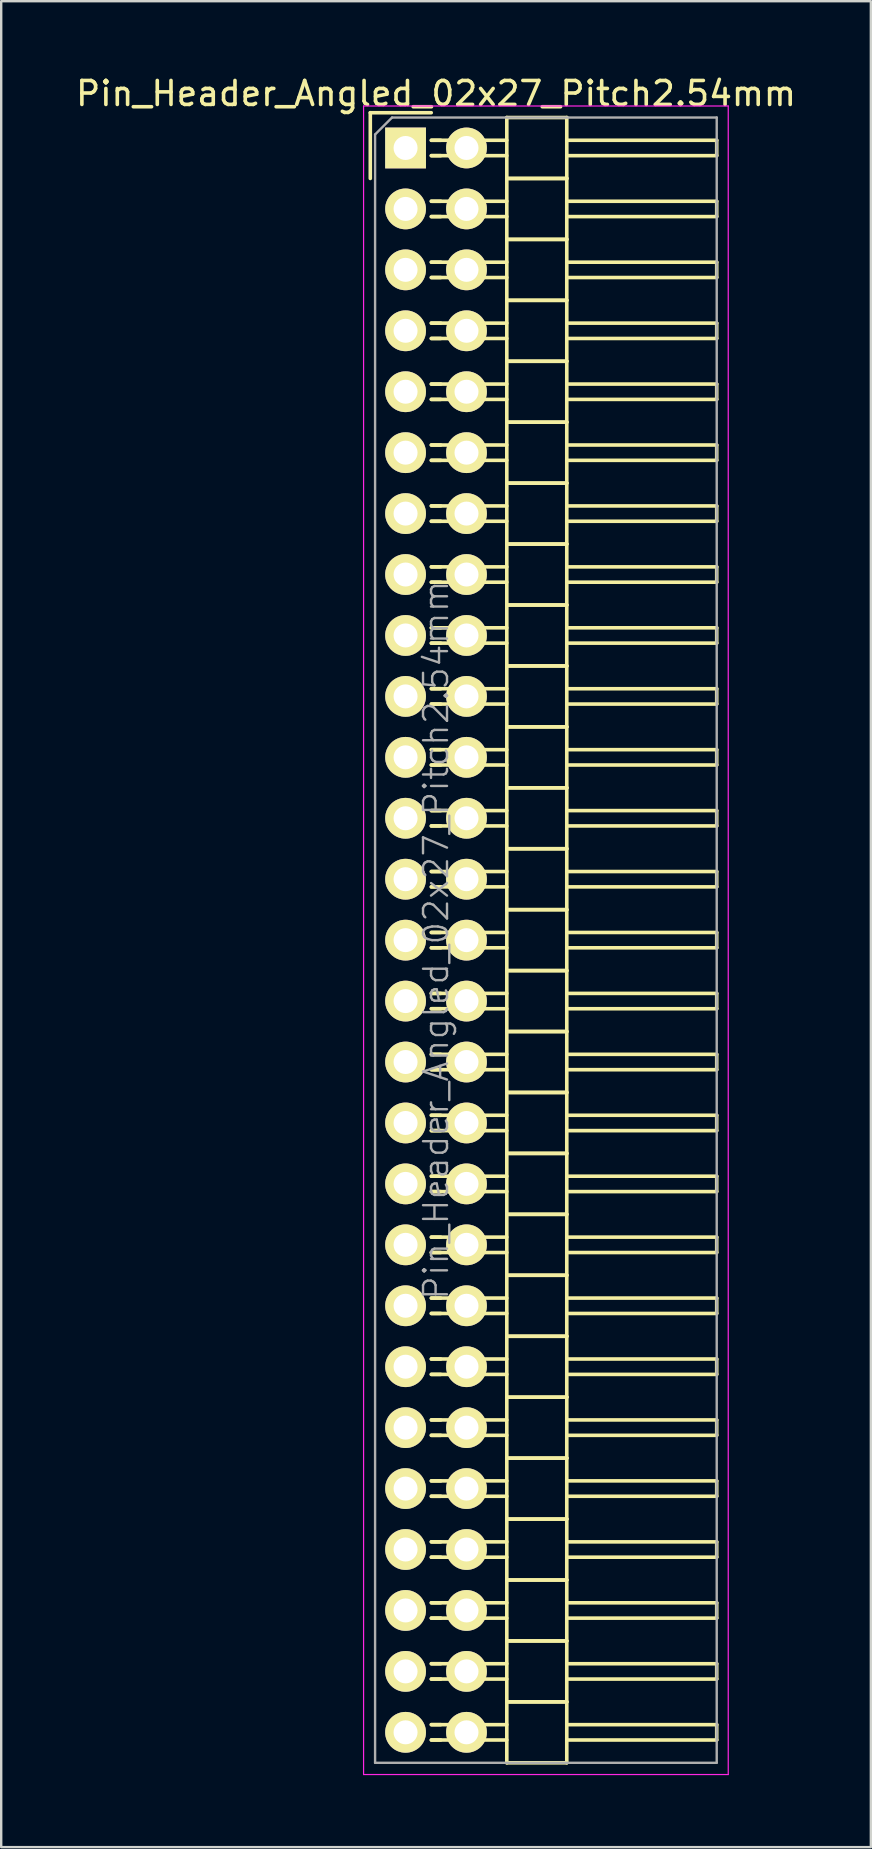
<source format=kicad_pcb>
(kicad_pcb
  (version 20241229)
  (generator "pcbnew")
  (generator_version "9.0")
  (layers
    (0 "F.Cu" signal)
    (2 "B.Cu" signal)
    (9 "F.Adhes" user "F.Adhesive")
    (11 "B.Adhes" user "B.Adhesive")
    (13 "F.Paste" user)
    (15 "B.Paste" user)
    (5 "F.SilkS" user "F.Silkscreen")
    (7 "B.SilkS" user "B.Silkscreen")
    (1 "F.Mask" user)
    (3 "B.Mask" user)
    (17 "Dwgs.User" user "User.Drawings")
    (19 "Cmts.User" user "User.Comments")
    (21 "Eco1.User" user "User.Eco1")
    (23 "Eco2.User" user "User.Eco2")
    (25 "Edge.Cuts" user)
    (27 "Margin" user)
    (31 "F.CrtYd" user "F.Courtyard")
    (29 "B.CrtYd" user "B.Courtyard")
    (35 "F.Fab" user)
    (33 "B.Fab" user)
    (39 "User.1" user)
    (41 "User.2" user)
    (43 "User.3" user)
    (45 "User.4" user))
  (footprint "Pin_Header_Angled_02x27_Pitch2.54mm"
    (layer "F.Cu")
    (at 13.855 3.118)
    (property "Reference" "Pin_Header_Angled_02x27_Pitch2.54mm" (at 1.27 -2.27 0) (layer "F.SilkS") (effects (font (size 1 1) (thickness 0.15))))
    (attr smd)
    (fp_line (start -1.47 -1.47) (end -1.47 1.27) (stroke (width 0.15) (type solid)) (layer "F.SilkS"))
    (fp_line (start -1.47 -1.47) (end 1.07 -1.47) (stroke (width 0.15) (type solid)) (layer "F.SilkS"))
    (fp_line (start 1.465 -0.32) (end 1.075 -0.32) (stroke (width 0.15) (type solid)) (layer "F.SilkS"))
    (fp_line (start 1.465 0.32) (end 1.075 0.32) (stroke (width 0.15) (type solid)) (layer "F.SilkS"))
    (fp_line (start 1.465 2.22) (end 1.075 2.22) (stroke (width 0.15) (type solid)) (layer "F.SilkS"))
    (fp_line (start 1.465 2.86) (end 1.075 2.86) (stroke (width 0.15) (type solid)) (layer "F.SilkS"))
    (fp_line (start 1.465 4.76) (end 1.075 4.76) (stroke (width 0.15) (type solid)) (layer "F.SilkS"))
    (fp_line (start 1.465 5.4) (end 1.075 5.4) (stroke (width 0.15) (type solid)) (layer "F.SilkS"))
    (fp_line (start 1.465 7.3) (end 1.075 7.3) (stroke (width 0.15) (type solid)) (layer "F.SilkS"))
    (fp_line (start 1.465 7.94) (end 1.075 7.94) (stroke (width 0.15) (type solid)) (layer "F.SilkS"))
    (fp_line (start 1.465 9.84) (end 1.075 9.84) (stroke (width 0.15) (type solid)) (layer "F.SilkS"))
    (fp_line (start 1.465 10.48) (end 1.075 10.48) (stroke (width 0.15) (type solid)) (layer "F.SilkS"))
    (fp_line (start 1.465 12.38) (end 1.075 12.38) (stroke (width 0.15) (type solid)) (layer "F.SilkS"))
    (fp_line (start 1.465 13.02) (end 1.075 13.02) (stroke (width 0.15) (type solid)) (layer "F.SilkS"))
    (fp_line (start 1.465 14.92) (end 1.075 14.92) (stroke (width 0.15) (type solid)) (layer "F.SilkS"))
    (fp_line (start 1.465 15.56) (end 1.075 15.56) (stroke (width 0.15) (type solid)) (layer "F.SilkS"))
    (fp_line (start 1.465 17.46) (end 1.075 17.46) (stroke (width 0.15) (type solid)) (layer "F.SilkS"))
    (fp_line (start 1.465 18.1) (end 1.075 18.1) (stroke (width 0.15) (type solid)) (layer "F.SilkS"))
    (fp_line (start 1.465 20) (end 1.075 20) (stroke (width 0.15) (type solid)) (layer "F.SilkS"))
    (fp_line (start 1.465 20.64) (end 1.075 20.64) (stroke (width 0.15) (type solid)) (layer "F.SilkS"))
    (fp_line (start 1.465 22.54) (end 1.075 22.54) (stroke (width 0.15) (type solid)) (layer "F.SilkS"))
    (fp_line (start 1.465 23.18) (end 1.075 23.18) (stroke (width 0.15) (type solid)) (layer "F.SilkS"))
    (fp_line (start 1.465 25.08) (end 1.075 25.08) (stroke (width 0.15) (type solid)) (layer "F.SilkS"))
    (fp_line (start 1.465 25.72) (end 1.075 25.72) (stroke (width 0.15) (type solid)) (layer "F.SilkS"))
    (fp_line (start 1.465 27.62) (end 1.075 27.62) (stroke (width 0.15) (type solid)) (layer "F.SilkS"))
    (fp_line (start 1.465 28.26) (end 1.075 28.26) (stroke (width 0.15) (type solid)) (layer "F.SilkS"))
    (fp_line (start 1.465 30.16) (end 1.075 30.16) (stroke (width 0.15) (type solid)) (layer "F.SilkS"))
    (fp_line (start 1.465 30.8) (end 1.075 30.8) (stroke (width 0.15) (type solid)) (layer "F.SilkS"))
    (fp_line (start 1.465 32.7) (end 1.075 32.7) (stroke (width 0.15) (type solid)) (layer "F.SilkS"))
    (fp_line (start 1.465 33.34) (end 1.075 33.34) (stroke (width 0.15) (type solid)) (layer "F.SilkS"))
    (fp_line (start 1.465 35.24) (end 1.075 35.24) (stroke (width 0.15) (type solid)) (layer "F.SilkS"))
    (fp_line (start 1.465 35.88) (end 1.075 35.88) (stroke (width 0.15) (type solid)) (layer "F.SilkS"))
    (fp_line (start 1.465 37.78) (end 1.075 37.78) (stroke (width 0.15) (type solid)) (layer "F.SilkS"))
    (fp_line (start 1.465 38.42) (end 1.075 38.42) (stroke (width 0.15) (type solid)) (layer "F.SilkS"))
    (fp_line (start 1.465 40.32) (end 1.075 40.32) (stroke (width 0.15) (type solid)) (layer "F.SilkS"))
    (fp_line (start 1.465 40.96) (end 1.075 40.96) (stroke (width 0.15) (type solid)) (layer "F.SilkS"))
    (fp_line (start 1.465 42.86) (end 1.075 42.86) (stroke (width 0.15) (type solid)) (layer "F.SilkS"))
    (fp_line (start 1.465 43.5) (end 1.075 43.5) (stroke (width 0.15) (type solid)) (layer "F.SilkS"))
    (fp_line (start 1.465 45.4) (end 1.075 45.4) (stroke (width 0.15) (type solid)) (layer "F.SilkS"))
    (fp_line (start 1.465 46.04) (end 1.075 46.04) (stroke (width 0.15) (type solid)) (layer "F.SilkS"))
    (fp_line (start 1.465 47.94) (end 1.075 47.94) (stroke (width 0.15) (type solid)) (layer "F.SilkS"))
    (fp_line (start 1.465 48.58) (end 1.075 48.58) (stroke (width 0.15) (type solid)) (layer "F.SilkS"))
    (fp_line (start 1.465 50.48) (end 1.075 50.48) (stroke (width 0.15) (type solid)) (layer "F.SilkS"))
    (fp_line (start 1.465 51.12) (end 1.075 51.12) (stroke (width 0.15) (type solid)) (layer "F.SilkS"))
    (fp_line (start 1.465 53.02) (end 1.075 53.02) (stroke (width 0.15) (type solid)) (layer "F.SilkS"))
    (fp_line (start 1.465 53.66) (end 1.075 53.66) (stroke (width 0.15) (type solid)) (layer "F.SilkS"))
    (fp_line (start 1.465 55.56) (end 1.075 55.56) (stroke (width 0.15) (type solid)) (layer "F.SilkS"))
    (fp_line (start 1.465 56.2) (end 1.075 56.2) (stroke (width 0.15) (type solid)) (layer "F.SilkS"))
    (fp_line (start 1.465 58.1) (end 1.075 58.1) (stroke (width 0.15) (type solid)) (layer "F.SilkS"))
    (fp_line (start 1.465 58.74) (end 1.075 58.74) (stroke (width 0.15) (type solid)) (layer "F.SilkS"))
    (fp_line (start 1.465 60.64) (end 1.075 60.64) (stroke (width 0.15) (type solid)) (layer "F.SilkS"))
    (fp_line (start 1.465 61.28) (end 1.075 61.28) (stroke (width 0.15) (type solid)) (layer "F.SilkS"))
    (fp_line (start 1.465 63.18) (end 1.075 63.18) (stroke (width 0.15) (type solid)) (layer "F.SilkS"))
    (fp_line (start 1.465 63.82) (end 1.075 63.82) (stroke (width 0.15) (type solid)) (layer "F.SilkS"))
    (fp_line (start 1.465 65.72) (end 1.075 65.72) (stroke (width 0.15) (type solid)) (layer "F.SilkS"))
    (fp_line (start 1.465 66.36) (end 1.075 66.36) (stroke (width 0.15) (type solid)) (layer "F.SilkS"))
    (fp_line (start 4.22 -0.32) (end 1.075 -0.32) (stroke (width 0.15) (type solid)) (layer "F.SilkS"))
    (fp_line (start 4.22 0.32) (end 1.075 0.32) (stroke (width 0.15) (type solid)) (layer "F.SilkS"))
    (fp_line (start 4.22 1.27) (end 4.22 -1.27) (stroke (width 0.15) (type solid)) (layer "F.SilkS"))
    (fp_line (start 4.22 2.22) (end 1.075 2.22) (stroke (width 0.15) (type solid)) (layer "F.SilkS"))
    (fp_line (start 4.22 2.86) (end 1.075 2.86) (stroke (width 0.15) (type solid)) (layer "F.SilkS"))
    (fp_line (start 4.22 3.81) (end 4.22 1.27) (stroke (width 0.15) (type solid)) (layer "F.SilkS"))
    (fp_line (start 4.22 4.76) (end 1.075 4.76) (stroke (width 0.15) (type solid)) (layer "F.SilkS"))
    (fp_line (start 4.22 5.4) (end 1.075 5.4) (stroke (width 0.15) (type solid)) (layer "F.SilkS"))
    (fp_line (start 4.22 6.35) (end 4.22 3.81) (stroke (width 0.15) (type solid)) (layer "F.SilkS"))
    (fp_line (start 4.22 7.3) (end 1.075 7.3) (stroke (width 0.15) (type solid)) (layer "F.SilkS"))
    (fp_line (start 4.22 7.94) (end 1.075 7.94) (stroke (width 0.15) (type solid)) (layer "F.SilkS"))
    (fp_line (start 4.22 8.89) (end 4.22 6.35) (stroke (width 0.15) (type solid)) (layer "F.SilkS"))
    (fp_line (start 4.22 9.84) (end 1.075 9.84) (stroke (width 0.15) (type solid)) (layer "F.SilkS"))
    (fp_line (start 4.22 10.48) (end 1.075 10.48) (stroke (width 0.15) (type solid)) (layer "F.SilkS"))
    (fp_line (start 4.22 11.43) (end 4.22 8.89) (stroke (width 0.15) (type solid)) (layer "F.SilkS"))
    (fp_line (start 4.22 12.38) (end 1.075 12.38) (stroke (width 0.15) (type solid)) (layer "F.SilkS"))
    (fp_line (start 4.22 13.02) (end 1.075 13.02) (stroke (width 0.15) (type solid)) (layer "F.SilkS"))
    (fp_line (start 4.22 13.97) (end 4.22 11.43) (stroke (width 0.15) (type solid)) (layer "F.SilkS"))
    (fp_line (start 4.22 14.92) (end 1.075 14.92) (stroke (width 0.15) (type solid)) (layer "F.SilkS"))
    (fp_line (start 4.22 15.56) (end 1.075 15.56) (stroke (width 0.15) (type solid)) (layer "F.SilkS"))
    (fp_line (start 4.22 16.51) (end 4.22 13.97) (stroke (width 0.15) (type solid)) (layer "F.SilkS"))
    (fp_line (start 4.22 17.46) (end 1.075 17.46) (stroke (width 0.15) (type solid)) (layer "F.SilkS"))
    (fp_line (start 4.22 18.1) (end 1.075 18.1) (stroke (width 0.15) (type solid)) (layer "F.SilkS"))
    (fp_line (start 4.22 19.05) (end 4.22 16.51) (stroke (width 0.15) (type solid)) (layer "F.SilkS"))
    (fp_line (start 4.22 20) (end 1.075 20) (stroke (width 0.15) (type solid)) (layer "F.SilkS"))
    (fp_line (start 4.22 20.64) (end 1.075 20.64) (stroke (width 0.15) (type solid)) (layer "F.SilkS"))
    (fp_line (start 4.22 21.59) (end 4.22 19.05) (stroke (width 0.15) (type solid)) (layer "F.SilkS"))
    (fp_line (start 4.22 22.54) (end 1.075 22.54) (stroke (width 0.15) (type solid)) (layer "F.SilkS"))
    (fp_line (start 4.22 23.18) (end 1.075 23.18) (stroke (width 0.15) (type solid)) (layer "F.SilkS"))
    (fp_line (start 4.22 24.13) (end 4.22 21.59) (stroke (width 0.15) (type solid)) (layer "F.SilkS"))
    (fp_line (start 4.22 25.08) (end 1.075 25.08) (stroke (width 0.15) (type solid)) (layer "F.SilkS"))
    (fp_line (start 4.22 25.72) (end 1.075 25.72) (stroke (width 0.15) (type solid)) (layer "F.SilkS"))
    (fp_line (start 4.22 26.67) (end 4.22 24.13) (stroke (width 0.15) (type solid)) (layer "F.SilkS"))
    (fp_line (start 4.22 27.62) (end 1.075 27.62) (stroke (width 0.15) (type solid)) (layer "F.SilkS"))
    (fp_line (start 4.22 28.26) (end 1.075 28.26) (stroke (width 0.15) (type solid)) (layer "F.SilkS"))
    (fp_line (start 4.22 29.21) (end 4.22 26.67) (stroke (width 0.15) (type solid)) (layer "F.SilkS"))
    (fp_line (start 4.22 30.16) (end 1.075 30.16) (stroke (width 0.15) (type solid)) (layer "F.SilkS"))
    (fp_line (start 4.22 30.8) (end 1.075 30.8) (stroke (width 0.15) (type solid)) (layer "F.SilkS"))
    (fp_line (start 4.22 31.75) (end 4.22 29.21) (stroke (width 0.15) (type solid)) (layer "F.SilkS"))
    (fp_line (start 4.22 32.7) (end 1.075 32.7) (stroke (width 0.15) (type solid)) (layer "F.SilkS"))
    (fp_line (start 4.22 33.34) (end 1.075 33.34) (stroke (width 0.15) (type solid)) (layer "F.SilkS"))
    (fp_line (start 4.22 34.29) (end 4.22 31.75) (stroke (width 0.15) (type solid)) (layer "F.SilkS"))
    (fp_line (start 4.22 35.24) (end 1.075 35.24) (stroke (width 0.15) (type solid)) (layer "F.SilkS"))
    (fp_line (start 4.22 35.88) (end 1.075 35.88) (stroke (width 0.15) (type solid)) (layer "F.SilkS"))
    (fp_line (start 4.22 36.83) (end 4.22 34.29) (stroke (width 0.15) (type solid)) (layer "F.SilkS"))
    (fp_line (start 4.22 37.78) (end 1.075 37.78) (stroke (width 0.15) (type solid)) (layer "F.SilkS"))
    (fp_line (start 4.22 38.42) (end 1.075 38.42) (stroke (width 0.15) (type solid)) (layer "F.SilkS"))
    (fp_line (start 4.22 39.37) (end 4.22 36.83) (stroke (width 0.15) (type solid)) (layer "F.SilkS"))
    (fp_line (start 4.22 40.32) (end 1.075 40.32) (stroke (width 0.15) (type solid)) (layer "F.SilkS"))
    (fp_line (start 4.22 40.96) (end 1.075 40.96) (stroke (width 0.15) (type solid)) (layer "F.SilkS"))
    (fp_line (start 4.22 41.91) (end 4.22 39.37) (stroke (width 0.15) (type solid)) (layer "F.SilkS"))
    (fp_line (start 4.22 42.86) (end 1.075 42.86) (stroke (width 0.15) (type solid)) (layer "F.SilkS"))
    (fp_line (start 4.22 43.5) (end 1.075 43.5) (stroke (width 0.15) (type solid)) (layer "F.SilkS"))
    (fp_line (start 4.22 44.45) (end 4.22 41.91) (stroke (width 0.15) (type solid)) (layer "F.SilkS"))
    (fp_line (start 4.22 45.4) (end 1.075 45.4) (stroke (width 0.15) (type solid)) (layer "F.SilkS"))
    (fp_line (start 4.22 46.04) (end 1.075 46.04) (stroke (width 0.15) (type solid)) (layer "F.SilkS"))
    (fp_line (start 4.22 46.99) (end 4.22 44.45) (stroke (width 0.15) (type solid)) (layer "F.SilkS"))
    (fp_line (start 4.22 47.94) (end 1.075 47.94) (stroke (width 0.15) (type solid)) (layer "F.SilkS"))
    (fp_line (start 4.22 48.58) (end 1.075 48.58) (stroke (width 0.15) (type solid)) (layer "F.SilkS"))
    (fp_line (start 4.22 49.53) (end 4.22 46.99) (stroke (width 0.15) (type solid)) (layer "F.SilkS"))
    (fp_line (start 4.22 50.48) (end 1.075 50.48) (stroke (width 0.15) (type solid)) (layer "F.SilkS"))
    (fp_line (start 4.22 51.12) (end 1.075 51.12) (stroke (width 0.15) (type solid)) (layer "F.SilkS"))
    (fp_line (start 4.22 52.07) (end 4.22 49.53) (stroke (width 0.15) (type solid)) (layer "F.SilkS"))
    (fp_line (start 4.22 53.02) (end 1.075 53.02) (stroke (width 0.15) (type solid)) (layer "F.SilkS"))
    (fp_line (start 4.22 53.66) (end 1.075 53.66) (stroke (width 0.15) (type solid)) (layer "F.SilkS"))
    (fp_line (start 4.22 54.61) (end 4.22 52.07) (stroke (width 0.15) (type solid)) (layer "F.SilkS"))
    (fp_line (start 4.22 55.56) (end 1.075 55.56) (stroke (width 0.15) (type solid)) (layer "F.SilkS"))
    (fp_line (start 4.22 56.2) (end 1.075 56.2) (stroke (width 0.15) (type solid)) (layer "F.SilkS"))
    (fp_line (start 4.22 57.15) (end 4.22 54.61) (stroke (width 0.15) (type solid)) (layer "F.SilkS"))
    (fp_line (start 4.22 58.1) (end 1.075 58.1) (stroke (width 0.15) (type solid)) (layer "F.SilkS"))
    (fp_line (start 4.22 58.74) (end 1.075 58.74) (stroke (width 0.15) (type solid)) (layer "F.SilkS"))
    (fp_line (start 4.22 59.69) (end 4.22 57.15) (stroke (width 0.15) (type solid)) (layer "F.SilkS"))
    (fp_line (start 4.22 60.64) (end 1.075 60.64) (stroke (width 0.15) (type solid)) (layer "F.SilkS"))
    (fp_line (start 4.22 61.28) (end 1.075 61.28) (stroke (width 0.15) (type solid)) (layer "F.SilkS"))
    (fp_line (start 4.22 62.23) (end 4.22 59.69) (stroke (width 0.15) (type solid)) (layer "F.SilkS"))
    (fp_line (start 4.22 63.18) (end 1.075 63.18) (stroke (width 0.15) (type solid)) (layer "F.SilkS"))
    (fp_line (start 4.22 63.82) (end 1.075 63.82) (stroke (width 0.15) (type solid)) (layer "F.SilkS"))
    (fp_line (start 4.22 64.77) (end 4.22 62.23) (stroke (width 0.15) (type solid)) (layer "F.SilkS"))
    (fp_line (start 4.22 65.72) (end 1.075 65.72) (stroke (width 0.15) (type solid)) (layer "F.SilkS"))
    (fp_line (start 4.22 66.36) (end 1.075 66.36) (stroke (width 0.15) (type solid)) (layer "F.SilkS"))
    (fp_line (start 4.22 67.31) (end 4.22 64.77) (stroke (width 0.15) (type solid)) (layer "F.SilkS"))
    (fp_line (start 6.72 -1.27) (end 4.22 -1.27) (stroke (width 0.15) (type solid)) (layer "F.SilkS"))
    (fp_line (start 6.72 -0.32) (end 12.97 -0.32) (stroke (width 0.15) (type solid)) (layer "F.SilkS"))
    (fp_line (start 6.72 0.32) (end 12.97 0.32) (stroke (width 0.15) (type solid)) (layer "F.SilkS"))
    (fp_line (start 6.72 1.27) (end 4.22 1.27) (stroke (width 0.15) (type solid)) (layer "F.SilkS"))
    (fp_line (start 6.72 1.27) (end 4.22 1.27) (stroke (width 0.15) (type solid)) (layer "F.SilkS"))
    (fp_line (start 6.72 1.27) (end 6.72 -1.27) (stroke (width 0.15) (type solid)) (layer "F.SilkS"))
    (fp_line (start 6.72 2.22) (end 12.97 2.22) (stroke (width 0.15) (type solid)) (layer "F.SilkS"))
    (fp_line (start 6.72 2.86) (end 12.97 2.86) (stroke (width 0.15) (type solid)) (layer "F.SilkS"))
    (fp_line (start 6.72 3.81) (end 4.22 3.81) (stroke (width 0.15) (type solid)) (layer "F.SilkS"))
    (fp_line (start 6.72 3.81) (end 4.22 3.81) (stroke (width 0.15) (type solid)) (layer "F.SilkS"))
    (fp_line (start 6.72 3.81) (end 6.72 1.27) (stroke (width 0.15) (type solid)) (layer "F.SilkS"))
    (fp_line (start 6.72 4.76) (end 12.97 4.76) (stroke (width 0.15) (type solid)) (layer "F.SilkS"))
    (fp_line (start 6.72 5.4) (end 12.97 5.4) (stroke (width 0.15) (type solid)) (layer "F.SilkS"))
    (fp_line (start 6.72 6.35) (end 4.22 6.35) (stroke (width 0.15) (type solid)) (layer "F.SilkS"))
    (fp_line (start 6.72 6.35) (end 4.22 6.35) (stroke (width 0.15) (type solid)) (layer "F.SilkS"))
    (fp_line (start 6.72 6.35) (end 6.72 3.81) (stroke (width 0.15) (type solid)) (layer "F.SilkS"))
    (fp_line (start 6.72 7.3) (end 12.97 7.3) (stroke (width 0.15) (type solid)) (layer "F.SilkS"))
    (fp_line (start 6.72 7.94) (end 12.97 7.94) (stroke (width 0.15) (type solid)) (layer "F.SilkS"))
    (fp_line (start 6.72 8.89) (end 4.22 8.89) (stroke (width 0.15) (type solid)) (layer "F.SilkS"))
    (fp_line (start 6.72 8.89) (end 4.22 8.89) (stroke (width 0.15) (type solid)) (layer "F.SilkS"))
    (fp_line (start 6.72 8.89) (end 6.72 6.35) (stroke (width 0.15) (type solid)) (layer "F.SilkS"))
    (fp_line (start 6.72 9.84) (end 12.97 9.84) (stroke (width 0.15) (type solid)) (layer "F.SilkS"))
    (fp_line (start 6.72 10.48) (end 12.97 10.48) (stroke (width 0.15) (type solid)) (layer "F.SilkS"))
    (fp_line (start 6.72 11.43) (end 4.22 11.43) (stroke (width 0.15) (type solid)) (layer "F.SilkS"))
    (fp_line (start 6.72 11.43) (end 4.22 11.43) (stroke (width 0.15) (type solid)) (layer "F.SilkS"))
    (fp_line (start 6.72 11.43) (end 6.72 8.89) (stroke (width 0.15) (type solid)) (layer "F.SilkS"))
    (fp_line (start 6.72 12.38) (end 12.97 12.38) (stroke (width 0.15) (type solid)) (layer "F.SilkS"))
    (fp_line (start 6.72 13.02) (end 12.97 13.02) (stroke (width 0.15) (type solid)) (layer "F.SilkS"))
    (fp_line (start 6.72 13.97) (end 4.22 13.97) (stroke (width 0.15) (type solid)) (layer "F.SilkS"))
    (fp_line (start 6.72 13.97) (end 4.22 13.97) (stroke (width 0.15) (type solid)) (layer "F.SilkS"))
    (fp_line (start 6.72 13.97) (end 6.72 11.43) (stroke (width 0.15) (type solid)) (layer "F.SilkS"))
    (fp_line (start 6.72 14.92) (end 12.97 14.92) (stroke (width 0.15) (type solid)) (layer "F.SilkS"))
    (fp_line (start 6.72 15.56) (end 12.97 15.56) (stroke (width 0.15) (type solid)) (layer "F.SilkS"))
    (fp_line (start 6.72 16.51) (end 4.22 16.51) (stroke (width 0.15) (type solid)) (layer "F.SilkS"))
    (fp_line (start 6.72 16.51) (end 4.22 16.51) (stroke (width 0.15) (type solid)) (layer "F.SilkS"))
    (fp_line (start 6.72 16.51) (end 6.72 13.97) (stroke (width 0.15) (type solid)) (layer "F.SilkS"))
    (fp_line (start 6.72 17.46) (end 12.97 17.46) (stroke (width 0.15) (type solid)) (layer "F.SilkS"))
    (fp_line (start 6.72 18.1) (end 12.97 18.1) (stroke (width 0.15) (type solid)) (layer "F.SilkS"))
    (fp_line (start 6.72 19.05) (end 4.22 19.05) (stroke (width 0.15) (type solid)) (layer "F.SilkS"))
    (fp_line (start 6.72 19.05) (end 4.22 19.05) (stroke (width 0.15) (type solid)) (layer "F.SilkS"))
    (fp_line (start 6.72 19.05) (end 6.72 16.51) (stroke (width 0.15) (type solid)) (layer "F.SilkS"))
    (fp_line (start 6.72 20) (end 12.97 20) (stroke (width 0.15) (type solid)) (layer "F.SilkS"))
    (fp_line (start 6.72 20.64) (end 12.97 20.64) (stroke (width 0.15) (type solid)) (layer "F.SilkS"))
    (fp_line (start 6.72 21.59) (end 4.22 21.59) (stroke (width 0.15) (type solid)) (layer "F.SilkS"))
    (fp_line (start 6.72 21.59) (end 4.22 21.59) (stroke (width 0.15) (type solid)) (layer "F.SilkS"))
    (fp_line (start 6.72 21.59) (end 6.72 19.05) (stroke (width 0.15) (type solid)) (layer "F.SilkS"))
    (fp_line (start 6.72 22.54) (end 12.97 22.54) (stroke (width 0.15) (type solid)) (layer "F.SilkS"))
    (fp_line (start 6.72 23.18) (end 12.97 23.18) (stroke (width 0.15) (type solid)) (layer "F.SilkS"))
    (fp_line (start 6.72 24.13) (end 4.22 24.13) (stroke (width 0.15) (type solid)) (layer "F.SilkS"))
    (fp_line (start 6.72 24.13) (end 4.22 24.13) (stroke (width 0.15) (type solid)) (layer "F.SilkS"))
    (fp_line (start 6.72 24.13) (end 6.72 21.59) (stroke (width 0.15) (type solid)) (layer "F.SilkS"))
    (fp_line (start 6.72 25.08) (end 12.97 25.08) (stroke (width 0.15) (type solid)) (layer "F.SilkS"))
    (fp_line (start 6.72 25.72) (end 12.97 25.72) (stroke (width 0.15) (type solid)) (layer "F.SilkS"))
    (fp_line (start 6.72 26.67) (end 4.22 26.67) (stroke (width 0.15) (type solid)) (layer "F.SilkS"))
    (fp_line (start 6.72 26.67) (end 4.22 26.67) (stroke (width 0.15) (type solid)) (layer "F.SilkS"))
    (fp_line (start 6.72 26.67) (end 6.72 24.13) (stroke (width 0.15) (type solid)) (layer "F.SilkS"))
    (fp_line (start 6.72 27.62) (end 12.97 27.62) (stroke (width 0.15) (type solid)) (layer "F.SilkS"))
    (fp_line (start 6.72 28.26) (end 12.97 28.26) (stroke (width 0.15) (type solid)) (layer "F.SilkS"))
    (fp_line (start 6.72 29.21) (end 4.22 29.21) (stroke (width 0.15) (type solid)) (layer "F.SilkS"))
    (fp_line (start 6.72 29.21) (end 4.22 29.21) (stroke (width 0.15) (type solid)) (layer "F.SilkS"))
    (fp_line (start 6.72 29.21) (end 6.72 26.67) (stroke (width 0.15) (type solid)) (layer "F.SilkS"))
    (fp_line (start 6.72 30.16) (end 12.97 30.16) (stroke (width 0.15) (type solid)) (layer "F.SilkS"))
    (fp_line (start 6.72 30.8) (end 12.97 30.8) (stroke (width 0.15) (type solid)) (layer "F.SilkS"))
    (fp_line (start 6.72 31.75) (end 4.22 31.75) (stroke (width 0.15) (type solid)) (layer "F.SilkS"))
    (fp_line (start 6.72 31.75) (end 4.22 31.75) (stroke (width 0.15) (type solid)) (layer "F.SilkS"))
    (fp_line (start 6.72 31.75) (end 6.72 29.21) (stroke (width 0.15) (type solid)) (layer "F.SilkS"))
    (fp_line (start 6.72 32.7) (end 12.97 32.7) (stroke (width 0.15) (type solid)) (layer "F.SilkS"))
    (fp_line (start 6.72 33.34) (end 12.97 33.34) (stroke (width 0.15) (type solid)) (layer "F.SilkS"))
    (fp_line (start 6.72 34.29) (end 4.22 34.29) (stroke (width 0.15) (type solid)) (layer "F.SilkS"))
    (fp_line (start 6.72 34.29) (end 4.22 34.29) (stroke (width 0.15) (type solid)) (layer "F.SilkS"))
    (fp_line (start 6.72 34.29) (end 6.72 31.75) (stroke (width 0.15) (type solid)) (layer "F.SilkS"))
    (fp_line (start 6.72 35.24) (end 12.97 35.24) (stroke (width 0.15) (type solid)) (layer "F.SilkS"))
    (fp_line (start 6.72 35.88) (end 12.97 35.88) (stroke (width 0.15) (type solid)) (layer "F.SilkS"))
    (fp_line (start 6.72 36.83) (end 4.22 36.83) (stroke (width 0.15) (type solid)) (layer "F.SilkS"))
    (fp_line (start 6.72 36.83) (end 4.22 36.83) (stroke (width 0.15) (type solid)) (layer "F.SilkS"))
    (fp_line (start 6.72 36.83) (end 6.72 34.29) (stroke (width 0.15) (type solid)) (layer "F.SilkS"))
    (fp_line (start 6.72 37.78) (end 12.97 37.78) (stroke (width 0.15) (type solid)) (layer "F.SilkS"))
    (fp_line (start 6.72 38.42) (end 12.97 38.42) (stroke (width 0.15) (type solid)) (layer "F.SilkS"))
    (fp_line (start 6.72 39.37) (end 4.22 39.37) (stroke (width 0.15) (type solid)) (layer "F.SilkS"))
    (fp_line (start 6.72 39.37) (end 4.22 39.37) (stroke (width 0.15) (type solid)) (layer "F.SilkS"))
    (fp_line (start 6.72 39.37) (end 6.72 36.83) (stroke (width 0.15) (type solid)) (layer "F.SilkS"))
    (fp_line (start 6.72 40.32) (end 12.97 40.32) (stroke (width 0.15) (type solid)) (layer "F.SilkS"))
    (fp_line (start 6.72 40.96) (end 12.97 40.96) (stroke (width 0.15) (type solid)) (layer "F.SilkS"))
    (fp_line (start 6.72 41.91) (end 4.22 41.91) (stroke (width 0.15) (type solid)) (layer "F.SilkS"))
    (fp_line (start 6.72 41.91) (end 4.22 41.91) (stroke (width 0.15) (type solid)) (layer "F.SilkS"))
    (fp_line (start 6.72 41.91) (end 6.72 39.37) (stroke (width 0.15) (type solid)) (layer "F.SilkS"))
    (fp_line (start 6.72 42.86) (end 12.97 42.86) (stroke (width 0.15) (type solid)) (layer "F.SilkS"))
    (fp_line (start 6.72 43.5) (end 12.97 43.5) (stroke (width 0.15) (type solid)) (layer "F.SilkS"))
    (fp_line (start 6.72 44.45) (end 4.22 44.45) (stroke (width 0.15) (type solid)) (layer "F.SilkS"))
    (fp_line (start 6.72 44.45) (end 4.22 44.45) (stroke (width 0.15) (type solid)) (layer "F.SilkS"))
    (fp_line (start 6.72 44.45) (end 6.72 41.91) (stroke (width 0.15) (type solid)) (layer "F.SilkS"))
    (fp_line (start 6.72 45.4) (end 12.97 45.4) (stroke (width 0.15) (type solid)) (layer "F.SilkS"))
    (fp_line (start 6.72 46.04) (end 12.97 46.04) (stroke (width 0.15) (type solid)) (layer "F.SilkS"))
    (fp_line (start 6.72 46.99) (end 4.22 46.99) (stroke (width 0.15) (type solid)) (layer "F.SilkS"))
    (fp_line (start 6.72 46.99) (end 4.22 46.99) (stroke (width 0.15) (type solid)) (layer "F.SilkS"))
    (fp_line (start 6.72 46.99) (end 6.72 44.45) (stroke (width 0.15) (type solid)) (layer "F.SilkS"))
    (fp_line (start 6.72 47.94) (end 12.97 47.94) (stroke (width 0.15) (type solid)) (layer "F.SilkS"))
    (fp_line (start 6.72 48.58) (end 12.97 48.58) (stroke (width 0.15) (type solid)) (layer "F.SilkS"))
    (fp_line (start 6.72 49.53) (end 4.22 49.53) (stroke (width 0.15) (type solid)) (layer "F.SilkS"))
    (fp_line (start 6.72 49.53) (end 4.22 49.53) (stroke (width 0.15) (type solid)) (layer "F.SilkS"))
    (fp_line (start 6.72 49.53) (end 6.72 46.99) (stroke (width 0.15) (type solid)) (layer "F.SilkS"))
    (fp_line (start 6.72 50.48) (end 12.97 50.48) (stroke (width 0.15) (type solid)) (layer "F.SilkS"))
    (fp_line (start 6.72 51.12) (end 12.97 51.12) (stroke (width 0.15) (type solid)) (layer "F.SilkS"))
    (fp_line (start 6.72 52.07) (end 4.22 52.07) (stroke (width 0.15) (type solid)) (layer "F.SilkS"))
    (fp_line (start 6.72 52.07) (end 4.22 52.07) (stroke (width 0.15) (type solid)) (layer "F.SilkS"))
    (fp_line (start 6.72 52.07) (end 6.72 49.53) (stroke (width 0.15) (type solid)) (layer "F.SilkS"))
    (fp_line (start 6.72 53.02) (end 12.97 53.02) (stroke (width 0.15) (type solid)) (layer "F.SilkS"))
    (fp_line (start 6.72 53.66) (end 12.97 53.66) (stroke (width 0.15) (type solid)) (layer "F.SilkS"))
    (fp_line (start 6.72 54.61) (end 4.22 54.61) (stroke (width 0.15) (type solid)) (layer "F.SilkS"))
    (fp_line (start 6.72 54.61) (end 4.22 54.61) (stroke (width 0.15) (type solid)) (layer "F.SilkS"))
    (fp_line (start 6.72 54.61) (end 6.72 52.07) (stroke (width 0.15) (type solid)) (layer "F.SilkS"))
    (fp_line (start 6.72 55.56) (end 12.97 55.56) (stroke (width 0.15) (type solid)) (layer "F.SilkS"))
    (fp_line (start 6.72 56.2) (end 12.97 56.2) (stroke (width 0.15) (type solid)) (layer "F.SilkS"))
    (fp_line (start 6.72 57.15) (end 4.22 57.15) (stroke (width 0.15) (type solid)) (layer "F.SilkS"))
    (fp_line (start 6.72 57.15) (end 4.22 57.15) (stroke (width 0.15) (type solid)) (layer "F.SilkS"))
    (fp_line (start 6.72 57.15) (end 6.72 54.61) (stroke (width 0.15) (type solid)) (layer "F.SilkS"))
    (fp_line (start 6.72 58.1) (end 12.97 58.1) (stroke (width 0.15) (type solid)) (layer "F.SilkS"))
    (fp_line (start 6.72 58.74) (end 12.97 58.74) (stroke (width 0.15) (type solid)) (layer "F.SilkS"))
    (fp_line (start 6.72 59.69) (end 4.22 59.69) (stroke (width 0.15) (type solid)) (layer "F.SilkS"))
    (fp_line (start 6.72 59.69) (end 4.22 59.69) (stroke (width 0.15) (type solid)) (layer "F.SilkS"))
    (fp_line (start 6.72 59.69) (end 6.72 57.15) (stroke (width 0.15) (type solid)) (layer "F.SilkS"))
    (fp_line (start 6.72 60.64) (end 12.97 60.64) (stroke (width 0.15) (type solid)) (layer "F.SilkS"))
    (fp_line (start 6.72 61.28) (end 12.97 61.28) (stroke (width 0.15) (type solid)) (layer "F.SilkS"))
    (fp_line (start 6.72 62.23) (end 4.22 62.23) (stroke (width 0.15) (type solid)) (layer "F.SilkS"))
    (fp_line (start 6.72 62.23) (end 4.22 62.23) (stroke (width 0.15) (type solid)) (layer "F.SilkS"))
    (fp_line (start 6.72 62.23) (end 6.72 59.69) (stroke (width 0.15) (type solid)) (layer "F.SilkS"))
    (fp_line (start 6.72 63.18) (end 12.97 63.18) (stroke (width 0.15) (type solid)) (layer "F.SilkS"))
    (fp_line (start 6.72 63.82) (end 12.97 63.82) (stroke (width 0.15) (type solid)) (layer "F.SilkS"))
    (fp_line (start 6.72 64.77) (end 4.22 64.77) (stroke (width 0.15) (type solid)) (layer "F.SilkS"))
    (fp_line (start 6.72 64.77) (end 4.22 64.77) (stroke (width 0.15) (type solid)) (layer "F.SilkS"))
    (fp_line (start 6.72 64.77) (end 6.72 62.23) (stroke (width 0.15) (type solid)) (layer "F.SilkS"))
    (fp_line (start 6.72 65.72) (end 12.97 65.72) (stroke (width 0.15) (type solid)) (layer "F.SilkS"))
    (fp_line (start 6.72 66.36) (end 12.97 66.36) (stroke (width 0.15) (type solid)) (layer "F.SilkS"))
    (fp_line (start 6.72 67.31) (end 4.22 67.31) (stroke (width 0.15) (type solid)) (layer "F.SilkS"))
    (fp_line (start 6.72 67.31) (end 6.72 64.77) (stroke (width 0.15) (type solid)) (layer "F.SilkS"))
    (fp_line (start 12.97 0.32) (end 12.97 -0.32) (stroke (width 0.15) (type solid)) (layer "F.SilkS"))
    (fp_line (start 12.97 2.86) (end 12.97 2.22) (stroke (width 0.15) (type solid)) (layer "F.SilkS"))
    (fp_line (start 12.97 5.4) (end 12.97 4.76) (stroke (width 0.15) (type solid)) (layer "F.SilkS"))
    (fp_line (start 12.97 7.94) (end 12.97 7.3) (stroke (width 0.15) (type solid)) (layer "F.SilkS"))
    (fp_line (start 12.97 10.48) (end 12.97 9.84) (stroke (width 0.15) (type solid)) (layer "F.SilkS"))
    (fp_line (start 12.97 13.02) (end 12.97 12.38) (stroke (width 0.15) (type solid)) (layer "F.SilkS"))
    (fp_line (start 12.97 15.56) (end 12.97 14.92) (stroke (width 0.15) (type solid)) (layer "F.SilkS"))
    (fp_line (start 12.97 18.1) (end 12.97 17.46) (stroke (width 0.15) (type solid)) (layer "F.SilkS"))
    (fp_line (start 12.97 20.64) (end 12.97 20) (stroke (width 0.15) (type solid)) (layer "F.SilkS"))
    (fp_line (start 12.97 23.18) (end 12.97 22.54) (stroke (width 0.15) (type solid)) (layer "F.SilkS"))
    (fp_line (start 12.97 25.72) (end 12.97 25.08) (stroke (width 0.15) (type solid)) (layer "F.SilkS"))
    (fp_line (start 12.97 28.26) (end 12.97 27.62) (stroke (width 0.15) (type solid)) (layer "F.SilkS"))
    (fp_line (start 12.97 30.8) (end 12.97 30.16) (stroke (width 0.15) (type solid)) (layer "F.SilkS"))
    (fp_line (start 12.97 33.34) (end 12.97 32.7) (stroke (width 0.15) (type solid)) (layer "F.SilkS"))
    (fp_line (start 12.97 35.88) (end 12.97 35.24) (stroke (width 0.15) (type solid)) (layer "F.SilkS"))
    (fp_line (start 12.97 38.42) (end 12.97 37.78) (stroke (width 0.15) (type solid)) (layer "F.SilkS"))
    (fp_line (start 12.97 40.96) (end 12.97 40.32) (stroke (width 0.15) (type solid)) (layer "F.SilkS"))
    (fp_line (start 12.97 43.5) (end 12.97 42.86) (stroke (width 0.15) (type solid)) (layer "F.SilkS"))
    (fp_line (start 12.97 46.04) (end 12.97 45.4) (stroke (width 0.15) (type solid)) (layer "F.SilkS"))
    (fp_line (start 12.97 48.58) (end 12.97 47.94) (stroke (width 0.15) (type solid)) (layer "F.SilkS"))
    (fp_line (start 12.97 51.12) (end 12.97 50.48) (stroke (width 0.15) (type solid)) (layer "F.SilkS"))
    (fp_line (start 12.97 53.66) (end 12.97 53.02) (stroke (width 0.15) (type solid)) (layer "F.SilkS"))
    (fp_line (start 12.97 56.2) (end 12.97 55.56) (stroke (width 0.15) (type solid)) (layer "F.SilkS"))
    (fp_line (start 12.97 58.74) (end 12.97 58.1) (stroke (width 0.15) (type solid)) (layer "F.SilkS"))
    (fp_line (start 12.97 61.28) (end 12.97 60.64) (stroke (width 0.15) (type solid)) (layer "F.SilkS"))
    (fp_line (start 12.97 63.82) (end 12.97 63.18) (stroke (width 0.15) (type solid)) (layer "F.SilkS"))
    (fp_line (start 12.97 66.36) (end 12.97 65.72) (stroke (width 0.15) (type solid)) (layer "F.SilkS"))
    (fp_line (start -1.75 -1.75) (end -1.75 67.8) (stroke (width 0.05) (type solid)) (layer "F.CrtYd"))
    (fp_line (start 13.45 -1.75) (end -1.75 -1.75) (stroke (width 0.05) (type solid)) (layer "F.CrtYd"))
    (fp_line (start 13.45 -1.75) (end 13.45 67.8) (stroke (width 0.05) (type solid)) (layer "F.CrtYd"))
    (fp_line (start 13.45 67.8) (end -1.75 67.8) (stroke (width 0.05) (type solid)) (layer "F.CrtYd"))
    (fp_line (start -1.27 -0.563) (end -0.563 -1.27) (stroke (width 0.1) (type solid)) (layer "F.Fab"))
    (fp_line (start -1.27 67.31) (end -1.27 -0.563) (stroke (width 0.1) (type solid)) (layer "F.Fab"))
    (fp_line (start 12.97 -1.27) (end -0.563 -1.27) (stroke (width 0.1) (type solid)) (layer "F.Fab"))
    (fp_line (start 12.97 67.31) (end -1.27 67.31) (stroke (width 0.1) (type solid)) (layer "F.Fab"))
    (fp_line (start 12.97 67.31) (end 12.97 -1.27) (stroke (width 0.1) (type solid)) (layer "F.Fab"))
    (fp_text user "${REFERENCE}" (at 1.27 33.02 90) (layer "F.Fab") (effects (font (size 1 1) (thickness 0.1))))
    (pad "1" thru_hole rect (at 0 0) (size 1.7 1.7) (drill 1) (layers "*.Cu" "*.Mask" "F.SilkS"))
    (pad "2" thru_hole oval (at 2.54 0) (size 1.7 1.7) (drill 1) (layers "*.Cu" "*.Mask" "F.SilkS"))
    (pad "3" thru_hole oval (at 0 2.54) (size 1.7 1.7) (drill 1) (layers "*.Cu" "*.Mask" "F.SilkS"))
    (pad "4" thru_hole oval (at 2.54 2.54) (size 1.7 1.7) (drill 1) (layers "*.Cu" "*.Mask" "F.SilkS"))
    (pad "5" thru_hole oval (at 0 5.08) (size 1.7 1.7) (drill 1) (layers "*.Cu" "*.Mask" "F.SilkS"))
    (pad "6" thru_hole oval (at 2.54 5.08) (size 1.7 1.7) (drill 1) (layers "*.Cu" "*.Mask" "F.SilkS"))
    (pad "7" thru_hole oval (at 0 7.62) (size 1.7 1.7) (drill 1) (layers "*.Cu" "*.Mask" "F.SilkS"))
    (pad "8" thru_hole oval (at 2.54 7.62) (size 1.7 1.7) (drill 1) (layers "*.Cu" "*.Mask" "F.SilkS"))
    (pad "9" thru_hole oval (at 0 10.16) (size 1.7 1.7) (drill 1) (layers "*.Cu" "*.Mask" "F.SilkS"))
    (pad "10" thru_hole oval (at 2.54 10.16) (size 1.7 1.7) (drill 1) (layers "*.Cu" "*.Mask" "F.SilkS"))
    (pad "11" thru_hole oval (at 0 12.7) (size 1.7 1.7) (drill 1) (layers "*.Cu" "*.Mask" "F.SilkS"))
    (pad "12" thru_hole oval (at 2.54 12.7) (size 1.7 1.7) (drill 1) (layers "*.Cu" "*.Mask" "F.SilkS"))
    (pad "13" thru_hole oval (at 0 15.24) (size 1.7 1.7) (drill 1) (layers "*.Cu" "*.Mask" "F.SilkS"))
    (pad "14" thru_hole oval (at 2.54 15.24) (size 1.7 1.7) (drill 1) (layers "*.Cu" "*.Mask" "F.SilkS"))
    (pad "15" thru_hole oval (at 0 17.78) (size 1.7 1.7) (drill 1) (layers "*.Cu" "*.Mask" "F.SilkS"))
    (pad "16" thru_hole oval (at 2.54 17.78) (size 1.7 1.7) (drill 1) (layers "*.Cu" "*.Mask" "F.SilkS"))
    (pad "17" thru_hole oval (at 0 20.32) (size 1.7 1.7) (drill 1) (layers "*.Cu" "*.Mask" "F.SilkS"))
    (pad "18" thru_hole oval (at 2.54 20.32) (size 1.7 1.7) (drill 1) (layers "*.Cu" "*.Mask" "F.SilkS"))
    (pad "19" thru_hole oval (at 0 22.86) (size 1.7 1.7) (drill 1) (layers "*.Cu" "*.Mask" "F.SilkS"))
    (pad "20" thru_hole oval (at 2.54 22.86) (size 1.7 1.7) (drill 1) (layers "*.Cu" "*.Mask" "F.SilkS"))
    (pad "21" thru_hole oval (at 0 25.4) (size 1.7 1.7) (drill 1) (layers "*.Cu" "*.Mask" "F.SilkS"))
    (pad "22" thru_hole oval (at 2.54 25.4) (size 1.7 1.7) (drill 1) (layers "*.Cu" "*.Mask" "F.SilkS"))
    (pad "23" thru_hole oval (at 0 27.94) (size 1.7 1.7) (drill 1) (layers "*.Cu" "*.Mask" "F.SilkS"))
    (pad "24" thru_hole oval (at 2.54 27.94) (size 1.7 1.7) (drill 1) (layers "*.Cu" "*.Mask" "F.SilkS"))
    (pad "25" thru_hole oval (at 0 30.48) (size 1.7 1.7) (drill 1) (layers "*.Cu" "*.Mask" "F.SilkS"))
    (pad "26" thru_hole oval (at 2.54 30.48) (size 1.7 1.7) (drill 1) (layers "*.Cu" "*.Mask" "F.SilkS"))
    (pad "27" thru_hole oval (at 0 33.02) (size 1.7 1.7) (drill 1) (layers "*.Cu" "*.Mask" "F.SilkS"))
    (pad "28" thru_hole oval (at 2.54 33.02) (size 1.7 1.7) (drill 1) (layers "*.Cu" "*.Mask" "F.SilkS"))
    (pad "29" thru_hole oval (at 0 35.56) (size 1.7 1.7) (drill 1) (layers "*.Cu" "*.Mask" "F.SilkS"))
    (pad "30" thru_hole oval (at 2.54 35.56) (size 1.7 1.7) (drill 1) (layers "*.Cu" "*.Mask" "F.SilkS"))
    (pad "31" thru_hole oval (at 0 38.1) (size 1.7 1.7) (drill 1) (layers "*.Cu" "*.Mask" "F.SilkS"))
    (pad "32" thru_hole oval (at 2.54 38.1) (size 1.7 1.7) (drill 1) (layers "*.Cu" "*.Mask" "F.SilkS"))
    (pad "33" thru_hole oval (at 0 40.64) (size 1.7 1.7) (drill 1) (layers "*.Cu" "*.Mask" "F.SilkS"))
    (pad "34" thru_hole oval (at 2.54 40.64) (size 1.7 1.7) (drill 1) (layers "*.Cu" "*.Mask" "F.SilkS"))
    (pad "35" thru_hole oval (at 0 43.18) (size 1.7 1.7) (drill 1) (layers "*.Cu" "*.Mask" "F.SilkS"))
    (pad "36" thru_hole oval (at 2.54 43.18) (size 1.7 1.7) (drill 1) (layers "*.Cu" "*.Mask" "F.SilkS"))
    (pad "37" thru_hole oval (at 0 45.72) (size 1.7 1.7) (drill 1) (layers "*.Cu" "*.Mask" "F.SilkS"))
    (pad "38" thru_hole oval (at 2.54 45.72) (size 1.7 1.7) (drill 1) (layers "*.Cu" "*.Mask" "F.SilkS"))
    (pad "39" thru_hole oval (at 0 48.26) (size 1.7 1.7) (drill 1) (layers "*.Cu" "*.Mask" "F.SilkS"))
    (pad "40" thru_hole oval (at 2.54 48.26) (size 1.7 1.7) (drill 1) (layers "*.Cu" "*.Mask" "F.SilkS"))
    (pad "41" thru_hole oval (at 0 50.8) (size 1.7 1.7) (drill 1) (layers "*.Cu" "*.Mask" "F.SilkS"))
    (pad "42" thru_hole oval (at 2.54 50.8) (size 1.7 1.7) (drill 1) (layers "*.Cu" "*.Mask" "F.SilkS"))
    (pad "43" thru_hole oval (at 0 53.34) (size 1.7 1.7) (drill 1) (layers "*.Cu" "*.Mask" "F.SilkS"))
    (pad "44" thru_hole oval (at 2.54 53.34) (size 1.7 1.7) (drill 1) (layers "*.Cu" "*.Mask" "F.SilkS"))
    (pad "45" thru_hole oval (at 0 55.88) (size 1.7 1.7) (drill 1) (layers "*.Cu" "*.Mask" "F.SilkS"))
    (pad "46" thru_hole oval (at 2.54 55.88) (size 1.7 1.7) (drill 1) (layers "*.Cu" "*.Mask" "F.SilkS"))
    (pad "47" thru_hole oval (at 0 58.42) (size 1.7 1.7) (drill 1) (layers "*.Cu" "*.Mask" "F.SilkS"))
    (pad "48" thru_hole oval (at 2.54 58.42) (size 1.7 1.7) (drill 1) (layers "*.Cu" "*.Mask" "F.SilkS"))
    (pad "49" thru_hole oval (at 0 60.96) (size 1.7 1.7) (drill 1) (layers "*.Cu" "*.Mask" "F.SilkS"))
    (pad "50" thru_hole oval (at 2.54 60.96) (size 1.7 1.7) (drill 1) (layers "*.Cu" "*.Mask" "F.SilkS"))
    (pad "51" thru_hole oval (at 0 63.5) (size 1.7 1.7) (drill 1) (layers "*.Cu" "*.Mask" "F.SilkS"))
    (pad "52" thru_hole oval (at 2.54 63.5) (size 1.7 1.7) (drill 1) (layers "*.Cu" "*.Mask" "F.SilkS"))
    (pad "53" thru_hole oval (at 0 66.04) (size 1.7 1.7) (drill 1) (layers "*.Cu" "*.Mask" "F.SilkS"))
    (pad "54" thru_hole oval (at 2.54 66.04) (size 1.7 1.7) (drill 1) (layers "*.Cu" "*.Mask" "F.SilkS")))
  (gr_rect
    (start -3 -3)
    (end 33.25 73.943)
    (stroke (width 0.1) (type default))
    (fill no)
    (layer "Edge.Cuts")))
</source>
